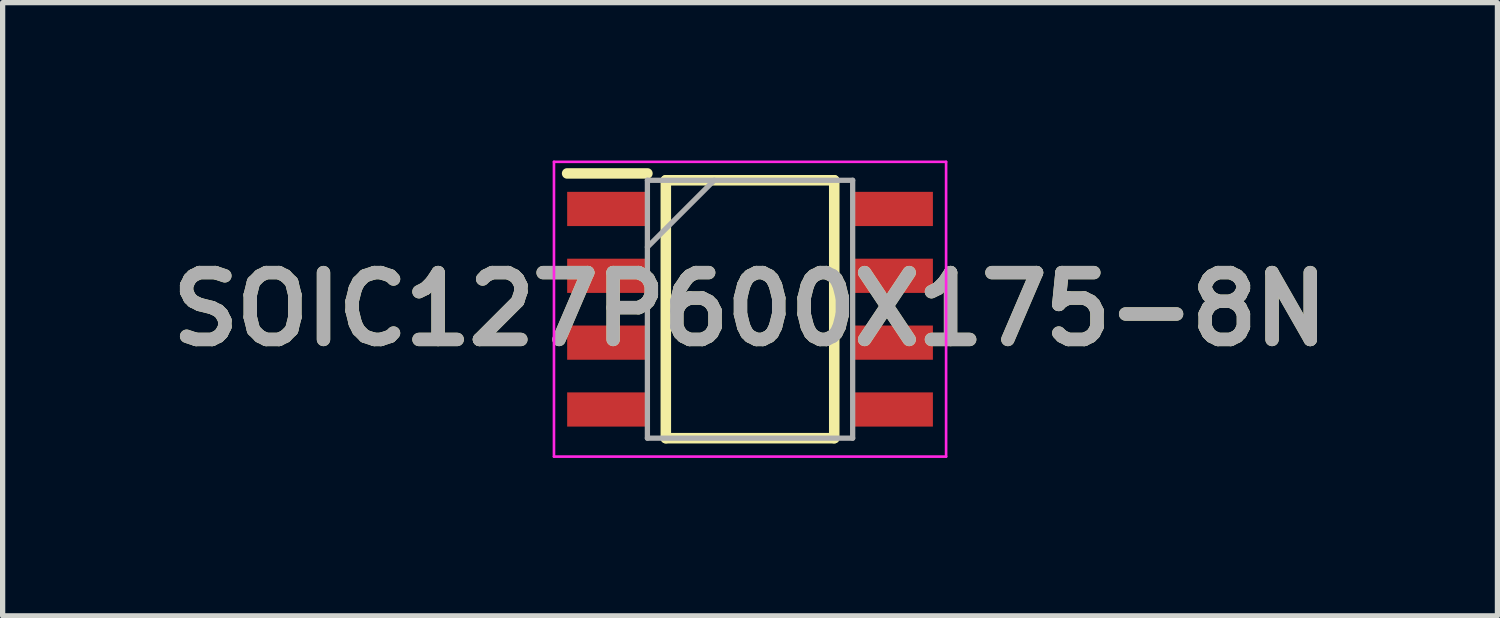
<source format=kicad_pcb>
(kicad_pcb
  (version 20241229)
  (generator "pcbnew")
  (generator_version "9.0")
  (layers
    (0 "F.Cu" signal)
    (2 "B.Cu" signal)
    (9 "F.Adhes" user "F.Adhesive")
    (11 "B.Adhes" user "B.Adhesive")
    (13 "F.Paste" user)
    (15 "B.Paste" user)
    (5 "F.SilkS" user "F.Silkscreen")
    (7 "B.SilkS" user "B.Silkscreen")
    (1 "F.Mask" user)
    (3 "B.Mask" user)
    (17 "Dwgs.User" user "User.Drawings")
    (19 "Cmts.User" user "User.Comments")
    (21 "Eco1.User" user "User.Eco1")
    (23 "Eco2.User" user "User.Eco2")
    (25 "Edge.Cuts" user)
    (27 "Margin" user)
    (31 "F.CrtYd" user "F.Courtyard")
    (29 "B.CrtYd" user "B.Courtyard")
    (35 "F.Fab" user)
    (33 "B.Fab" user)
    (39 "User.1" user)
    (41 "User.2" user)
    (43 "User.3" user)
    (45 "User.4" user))
  (footprint "SOIC127P600X175-8N"
    (layer "F.Cu")
    (at 11.2 2.825)
    (property "Reference" "SOIC127P600X175-8N" (at 0 0 0) (layer "F.SilkS") (effects (font (size 1.27 1.27) (thickness 0.254))))
    (attr smd)
    (fp_line (start -3.475 -2.58) (end -1.95 -2.58) (stroke (width 0.2) (type solid)) (layer "F.SilkS"))
    (fp_line (start -1.6 -2.45) (end 1.6 -2.45) (stroke (width 0.2) (type solid)) (layer "F.SilkS"))
    (fp_line (start -1.6 2.45) (end -1.6 -2.45) (stroke (width 0.2) (type solid)) (layer "F.SilkS"))
    (fp_line (start 1.6 -2.45) (end 1.6 2.45) (stroke (width 0.2) (type solid)) (layer "F.SilkS"))
    (fp_line (start 1.6 2.45) (end -1.6 2.45) (stroke (width 0.2) (type solid)) (layer "F.SilkS"))
    (fp_line (start -3.725 -2.8) (end 3.725 -2.8) (stroke (width 0.05) (type solid)) (layer "F.CrtYd"))
    (fp_line (start -3.725 2.8) (end -3.725 -2.8) (stroke (width 0.05) (type solid)) (layer "F.CrtYd"))
    (fp_line (start 3.725 -2.8) (end 3.725 2.8) (stroke (width 0.05) (type solid)) (layer "F.CrtYd"))
    (fp_line (start 3.725 2.8) (end -3.725 2.8) (stroke (width 0.05) (type solid)) (layer "F.CrtYd"))
    (fp_line (start -1.95 -2.45) (end 1.95 -2.45) (stroke (width 0.1) (type solid)) (layer "F.Fab"))
    (fp_line (start -1.95 -1.18) (end -0.68 -2.45) (stroke (width 0.1) (type solid)) (layer "F.Fab"))
    (fp_line (start -1.95 2.45) (end -1.95 -2.45) (stroke (width 0.1) (type solid)) (layer "F.Fab"))
    (fp_line (start 1.95 -2.45) (end 1.95 2.45) (stroke (width 0.1) (type solid)) (layer "F.Fab"))
    (fp_line (start 1.95 2.45) (end -1.95 2.45) (stroke (width 0.1) (type solid)) (layer "F.Fab"))
    (fp_text user "${REFERENCE}" (at 0 0 0) (layer "F.Fab") (effects (font (size 1.27 1.27) (thickness 0.254))))
    (pad "1" smd rect (at -2.712 -1.905 90) (size 0.65 1.525) (layers "F.Cu" "F.Mask" "F.Paste"))
    (pad "2" smd rect (at -2.712 -0.635 90) (size 0.65 1.525) (layers "F.Cu" "F.Mask" "F.Paste"))
    (pad "3" smd rect (at -2.712 0.635 90) (size 0.65 1.525) (layers "F.Cu" "F.Mask" "F.Paste"))
    (pad "4" smd rect (at -2.712 1.905 90) (size 0.65 1.525) (layers "F.Cu" "F.Mask" "F.Paste"))
    (pad "5" smd rect (at 2.712 1.905 90) (size 0.65 1.525) (layers "F.Cu" "F.Mask" "F.Paste"))
    (pad "6" smd rect (at 2.712 0.635 90) (size 0.65 1.525) (layers "F.Cu" "F.Mask" "F.Paste"))
    (pad "7" smd rect (at 2.712 -0.635 90) (size 0.65 1.525) (layers "F.Cu" "F.Mask" "F.Paste"))
    (pad "8" smd rect (at 2.712 -1.905 90) (size 0.65 1.525) (layers "F.Cu" "F.Mask" "F.Paste")))
  (gr_rect
    (start -3 -3)
    (end 25.4 8.65)
    (stroke (width 0.1) (type default))
    (fill no)
    (layer "Edge.Cuts")))
</source>
